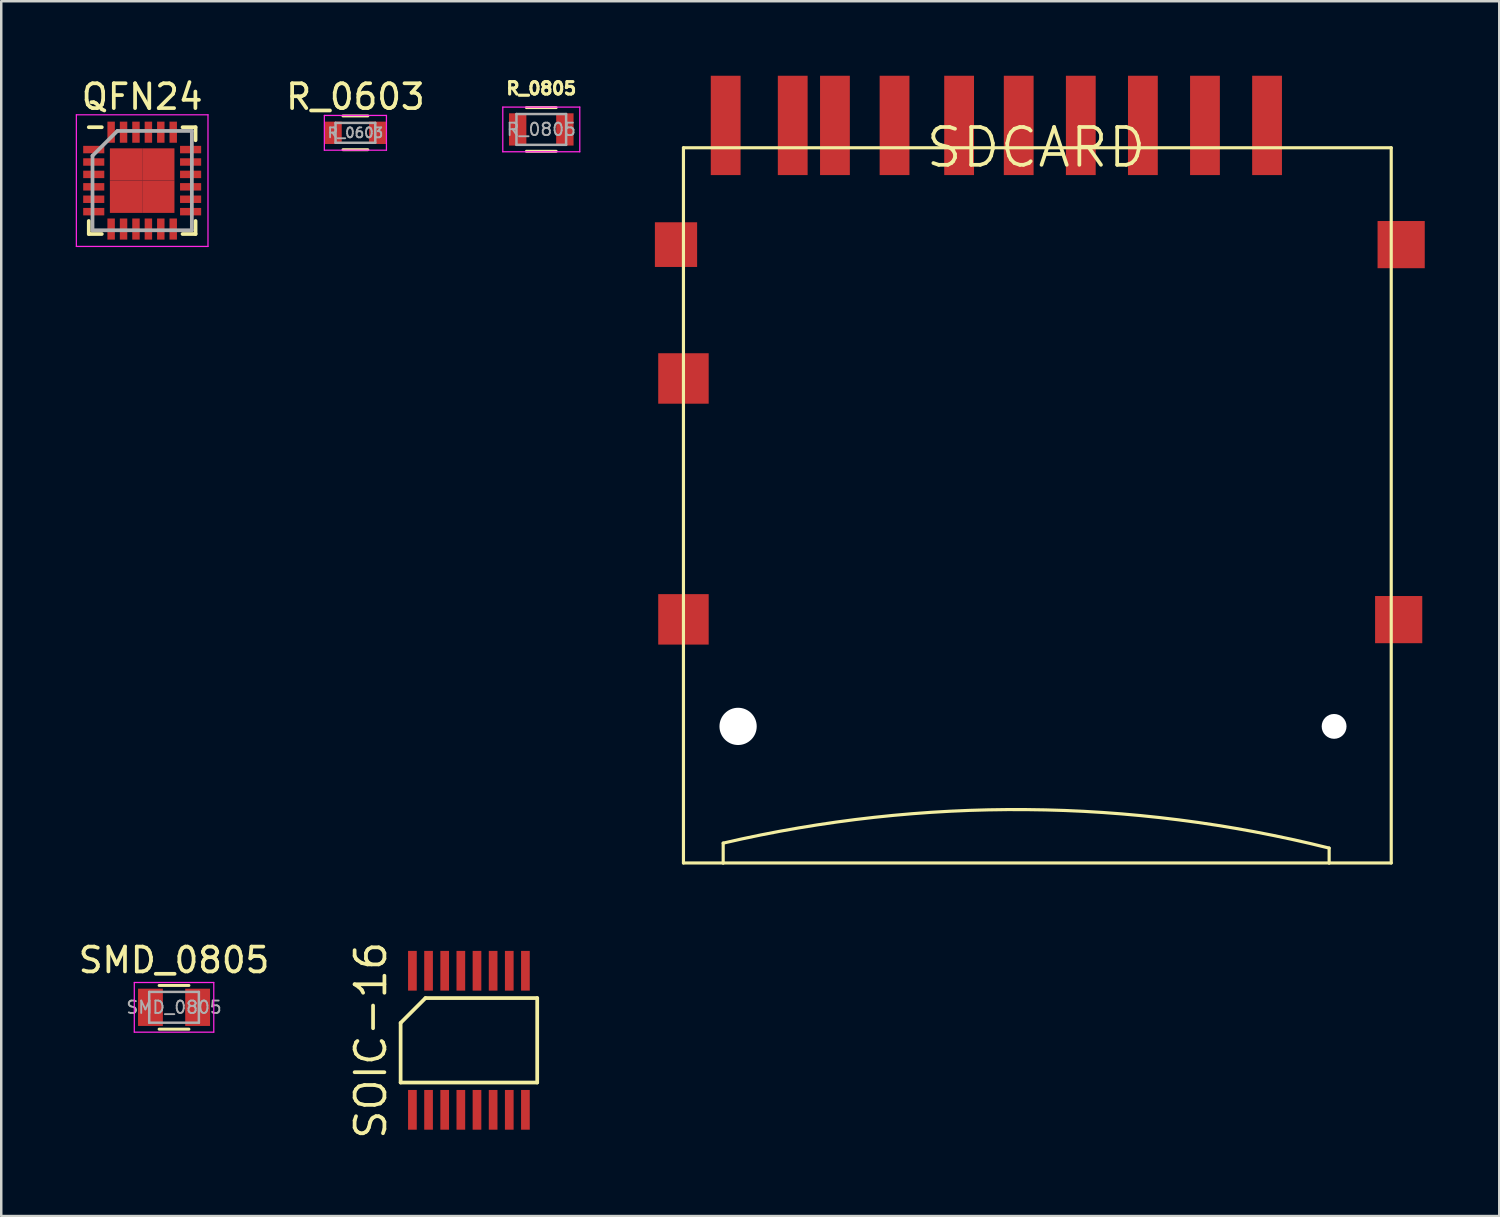
<source format=kicad_pcb>
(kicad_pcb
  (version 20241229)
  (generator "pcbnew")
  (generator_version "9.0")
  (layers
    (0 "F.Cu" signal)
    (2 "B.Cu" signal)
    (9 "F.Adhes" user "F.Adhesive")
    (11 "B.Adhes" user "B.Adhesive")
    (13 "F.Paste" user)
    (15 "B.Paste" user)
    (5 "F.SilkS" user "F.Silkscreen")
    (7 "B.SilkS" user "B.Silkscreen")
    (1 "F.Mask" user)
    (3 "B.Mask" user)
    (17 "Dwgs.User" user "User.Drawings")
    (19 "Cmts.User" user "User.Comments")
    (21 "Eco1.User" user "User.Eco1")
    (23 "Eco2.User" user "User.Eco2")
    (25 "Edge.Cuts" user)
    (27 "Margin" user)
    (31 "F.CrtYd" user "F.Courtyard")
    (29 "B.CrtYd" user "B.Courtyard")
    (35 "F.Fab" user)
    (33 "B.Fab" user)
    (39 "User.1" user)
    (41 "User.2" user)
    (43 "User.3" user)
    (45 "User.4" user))
  (footprint "QFN24"
    (layer "F.Cu")
    (at 2.675 4.223)
    (property "Reference" "QFN24" (at 0 -3.375 0) (layer "F.SilkS") (effects (font (size 1 1) (thickness 0.15))))
    (attr smd)
    (fp_line (start -2.15 -2.15) (end -1.625 -2.15) (stroke (width 0.15) (type solid)) (layer "F.SilkS"))
    (fp_line (start -2.15 2.15) (end -2.15 1.625) (stroke (width 0.15) (type solid)) (layer "F.SilkS"))
    (fp_line (start -2.15 2.15) (end -1.625 2.15) (stroke (width 0.15) (type solid)) (layer "F.SilkS"))
    (fp_line (start 2.15 -2.15) (end 1.625 -2.15) (stroke (width 0.15) (type solid)) (layer "F.SilkS"))
    (fp_line (start 2.15 -2.15) (end 2.15 -1.625) (stroke (width 0.15) (type solid)) (layer "F.SilkS"))
    (fp_line (start 2.15 2.15) (end 1.625 2.15) (stroke (width 0.15) (type solid)) (layer "F.SilkS"))
    (fp_line (start 2.15 2.15) (end 2.15 1.625) (stroke (width 0.15) (type solid)) (layer "F.SilkS"))
    (fp_line (start -2.65 -2.65) (end -2.65 2.65) (stroke (width 0.05) (type solid)) (layer "F.CrtYd"))
    (fp_line (start -2.65 -2.65) (end 2.65 -2.65) (stroke (width 0.05) (type solid)) (layer "F.CrtYd"))
    (fp_line (start -2.65 2.65) (end 2.65 2.65) (stroke (width 0.05) (type solid)) (layer "F.CrtYd"))
    (fp_line (start 2.65 -2.65) (end 2.65 2.65) (stroke (width 0.05) (type solid)) (layer "F.CrtYd"))
    (fp_line (start -2 -1) (end -1 -2) (stroke (width 0.15) (type solid)) (layer "F.Fab"))
    (fp_line (start -2 2) (end -2 -1) (stroke (width 0.15) (type solid)) (layer "F.Fab"))
    (fp_line (start -1 -2) (end 2 -2) (stroke (width 0.15) (type solid)) (layer "F.Fab"))
    (fp_line (start 2 -2) (end 2 2) (stroke (width 0.15) (type solid)) (layer "F.Fab"))
    (fp_line (start 2 2) (end -2 2) (stroke (width 0.15) (type solid)) (layer "F.Fab"))
    (pad "1" smd rect (at -1.95 -1.25) (size 0.85 0.3) (layers "F.Cu" "F.Mask" "F.Paste"))
    (pad "2" smd rect (at -1.95 -0.75) (size 0.85 0.3) (layers "F.Cu" "F.Mask" "F.Paste"))
    (pad "3" smd rect (at -1.95 -0.25) (size 0.85 0.3) (layers "F.Cu" "F.Mask" "F.Paste"))
    (pad "4" smd rect (at -1.95 0.25) (size 0.85 0.3) (layers "F.Cu" "F.Mask" "F.Paste"))
    (pad "5" smd rect (at -1.95 0.75) (size 0.85 0.3) (layers "F.Cu" "F.Mask" "F.Paste"))
    (pad "6" smd rect (at -1.95 1.25) (size 0.85 0.3) (layers "F.Cu" "F.Mask" "F.Paste"))
    (pad "7" smd rect (at -1.25 1.95 90) (size 0.85 0.3) (layers "F.Cu" "F.Mask" "F.Paste"))
    (pad "8" smd rect (at -0.75 1.95 90) (size 0.85 0.3) (layers "F.Cu" "F.Mask" "F.Paste"))
    (pad "9" smd rect (at -0.25 1.95 90) (size 0.85 0.3) (layers "F.Cu" "F.Mask" "F.Paste"))
    (pad "10" smd rect (at 0.25 1.95 90) (size 0.85 0.3) (layers "F.Cu" "F.Mask" "F.Paste"))
    (pad "11" smd rect (at 0.75 1.95 90) (size 0.85 0.3) (layers "F.Cu" "F.Mask" "F.Paste"))
    (pad "12" smd rect (at 1.25 1.95 90) (size 0.85 0.3) (layers "F.Cu" "F.Mask" "F.Paste"))
    (pad "13" smd rect (at 1.95 1.25) (size 0.85 0.3) (layers "F.Cu" "F.Mask" "F.Paste"))
    (pad "14" smd rect (at 1.95 0.75) (size 0.85 0.3) (layers "F.Cu" "F.Mask" "F.Paste"))
    (pad "15" smd rect (at 1.95 0.25) (size 0.85 0.3) (layers "F.Cu" "F.Mask" "F.Paste"))
    (pad "16" smd rect (at 1.95 -0.25) (size 0.85 0.3) (layers "F.Cu" "F.Mask" "F.Paste"))
    (pad "17" smd rect (at 1.95 -0.75) (size 0.85 0.3) (layers "F.Cu" "F.Mask" "F.Paste"))
    (pad "18" smd rect (at 1.95 -1.25) (size 0.85 0.3) (layers "F.Cu" "F.Mask" "F.Paste"))
    (pad "19" smd rect (at 1.25 -1.95 90) (size 0.85 0.3) (layers "F.Cu" "F.Mask" "F.Paste"))
    (pad "20" smd rect (at 0.75 -1.95 90) (size 0.85 0.3) (layers "F.Cu" "F.Mask" "F.Paste"))
    (pad "21" smd rect (at 0.25 -1.95 90) (size 0.85 0.3) (layers "F.Cu" "F.Mask" "F.Paste"))
    (pad "22" smd rect (at -0.25 -1.95 90) (size 0.85 0.3) (layers "F.Cu" "F.Mask" "F.Paste"))
    (pad "23" smd rect (at -0.75 -1.95 90) (size 0.85 0.3) (layers "F.Cu" "F.Mask" "F.Paste"))
    (pad "24" smd rect (at -1.25 -1.95 90) (size 0.85 0.3) (layers "F.Cu" "F.Mask" "F.Paste"))
    (pad "25" smd rect (at -0.65 -0.65) (size 1.3 1.3) (layers "F.Cu" "F.Mask" "F.Paste"))
    (pad "25" smd rect (at -0.65 0.65) (size 1.3 1.3) (layers "F.Cu" "F.Mask" "F.Paste"))
    (pad "25" smd rect (at 0.65 -0.65) (size 1.3 1.3) (layers "F.Cu" "F.Mask" "F.Paste"))
    (pad "25" smd rect (at 0.65 0.65) (size 1.3 1.3) (layers "F.Cu" "F.Mask" "F.Paste")))
  (footprint "SDCARD"
    (layer "F.Cu")
    (at 38.671 2.89)
    (property "Reference" "SDCARD" (at 0 0 0) (layer "F.SilkS") (effects (font (size 1.524 1.524) (thickness 0.15))))
    (attr through_hole)
    (fp_line (start -14.2 0.01) (end 14.3 0.01) (stroke (width 0.127) (type solid)) (layer "F.SilkS"))
    (fp_line (start -14.2 28.81) (end -14.2 0.01) (stroke (width 0.127) (type solid)) (layer "F.SilkS"))
    (fp_line (start -12.6 28.01) (end -12.6 28.81) (stroke (width 0.127) (type solid)) (layer "F.SilkS"))
    (fp_line (start -12.6 28.81) (end -14.2 28.81) (stroke (width 0.127) (type solid)) (layer "F.SilkS"))
    (fp_line (start 11.8 28.21) (end 11.8 28.81) (stroke (width 0.127) (type solid)) (layer "F.SilkS"))
    (fp_line (start 11.8 28.81) (end -12.6 28.81) (stroke (width 0.127) (type solid)) (layer "F.SilkS"))
    (fp_line (start 14.3 0.01) (end 14.3 28.81) (stroke (width 0.127) (type solid)) (layer "F.SilkS"))
    (fp_line (start 14.3 28.81) (end 11.8 28.81) (stroke (width 0.127) (type solid)) (layer "F.SilkS"))
    (fp_arc (start -12.6 28.01) (mid -0.388122 26.660859) (end 11.8 28.209999) (stroke (width 0.127) (type solid)) (layer "F.SilkS"))
    (pad "" np_thru_hole circle (at -12 23.31) (size 1.5 1.5) (drill 1.5) (layers "*.Cu"))
    (pad "" np_thru_hole circle (at 12 23.31) (size 1 1) (drill 1) (layers "*.Cu"))
    (pad "1" smd rect (at 6.8 -0.89 90) (size 4 1.2) (layers "F.Cu" "F.Mask" "F.Paste"))
    (pad "2" smd rect (at 4.3 -0.89 90) (size 4 1.2) (layers "F.Cu" "F.Mask" "F.Paste"))
    (pad "3" smd rect (at 1.8 -0.89 90) (size 4 1.2) (layers "F.Cu" "F.Mask" "F.Paste"))
    (pad "4" smd rect (at -0.7 -0.89 90) (size 4 1.2) (layers "F.Cu" "F.Mask" "F.Paste"))
    (pad "5" smd rect (at -3.1 -0.89 90) (size 4 1.2) (layers "F.Cu" "F.Mask" "F.Paste"))
    (pad "6" smd rect (at -5.7 -0.89 90) (size 4 1.2) (layers "F.Cu" "F.Mask" "F.Paste"))
    (pad "7" smd rect (at -8.1 -0.89 90) (size 4 1.2) (layers "F.Cu" "F.Mask" "F.Paste"))
    (pad "8" smd rect (at -9.8 -0.89 90) (size 4 1.2) (layers "F.Cu" "F.Mask" "F.Paste"))
    (pad "9" smd rect (at 9.3 -0.89 90) (size 4 1.2) (layers "F.Cu" "F.Mask" "F.Paste"))
    (pad "CD" smd rect (at -12.5 -0.89 90) (size 4 1.2) (layers "F.Cu" "F.Mask" "F.Paste"))
    (pad "COM" smd rect (at -14.2 9.3) (size 2.032 2.032) (layers "F.Cu" "F.Mask" "F.Paste"))
    (pad "MT1" smd rect (at -14.5 3.91) (size 1.7 1.8) (layers "F.Cu" "F.Mask" "F.Paste"))
    (pad "MT2" smd rect (at 14.7 3.91) (size 1.9 1.9) (layers "F.Cu" "F.Mask" "F.Paste"))
    (pad "MT3" smd rect (at 14.6 19.01) (size 1.9 1.9) (layers "F.Cu" "F.Mask" "F.Paste"))
    (pad "WP" smd rect (at -14.2 19) (size 2.032 2.032) (layers "F.Cu" "F.Mask" "F.Paste")))
  (footprint "SMD_0805"
    (placed yes)
    (layer "F.Cu")
    (at 3.958 37.512)
    (property "Reference" "SMD_0805" (at 0 -1.9 0) (layer "F.SilkS") (effects (font (size 1 1) (thickness 0.15))))
    (attr smd)
    (fp_line (start -0.6 -0.88) (end 0.6 -0.88) (stroke (width 0.12) (type solid)) (layer "F.SilkS"))
    (fp_line (start 0.6 0.88) (end -0.6 0.88) (stroke (width 0.12) (type solid)) (layer "F.SilkS"))
    (fp_line (start -1.6 -1) (end -1.6 1) (stroke (width 0.05) (type solid)) (layer "F.CrtYd"))
    (fp_line (start -1.6 -1) (end 1.6 -1) (stroke (width 0.05) (type solid)) (layer "F.CrtYd"))
    (fp_line (start 1.6 1) (end -1.6 1) (stroke (width 0.05) (type solid)) (layer "F.CrtYd"))
    (fp_line (start 1.6 1) (end 1.6 -1) (stroke (width 0.05) (type solid)) (layer "F.CrtYd"))
    (fp_line (start -1 -0.62) (end 1 -0.62) (stroke (width 0.1) (type solid)) (layer "F.Fab"))
    (fp_line (start -1 0.62) (end -1 -0.62) (stroke (width 0.1) (type solid)) (layer "F.Fab"))
    (fp_line (start 1 -0.62) (end 1 0.62) (stroke (width 0.1) (type solid)) (layer "F.Fab"))
    (fp_line (start 1 0.62) (end -1 0.62) (stroke (width 0.1) (type solid)) (layer "F.Fab"))
    (fp_text user "${REFERENCE}" (at 0 0 0) (layer "F.Fab") (effects (font (size 0.5 0.5) (thickness 0.075))))
    (pad "1" smd rect (at -0.95 0) (size 1 1.5) (layers "F.Cu" "F.Mask"))
    (pad "2" smd rect (at 0.95 0) (size 1 1.5) (layers "F.Cu" "F.Mask")))
  (footprint "R_0805"
    (layer "F.Cu")
    (at 18.746 2.162)
    (property "Reference" "R_0805" (at 0 -1.65 0) (layer "F.SilkS") (effects (font (size 0.5 0.5) (thickness 0.125))))
    (attr smd)
    (fp_line (start -0.6 -0.88) (end 0.6 -0.88) (stroke (width 0.12) (type solid)) (layer "F.SilkS"))
    (fp_line (start 0.6 0.88) (end -0.6 0.88) (stroke (width 0.12) (type solid)) (layer "F.SilkS"))
    (fp_line (start -1.55 -0.9) (end -1.55 0.9) (stroke (width 0.05) (type solid)) (layer "F.CrtYd"))
    (fp_line (start -1.55 -0.9) (end 1.55 -0.9) (stroke (width 0.05) (type solid)) (layer "F.CrtYd"))
    (fp_line (start 1.55 0.9) (end -1.55 0.9) (stroke (width 0.05) (type solid)) (layer "F.CrtYd"))
    (fp_line (start 1.55 0.9) (end 1.55 -0.9) (stroke (width 0.05) (type solid)) (layer "F.CrtYd"))
    (fp_line (start -1 -0.62) (end 1 -0.62) (stroke (width 0.1) (type solid)) (layer "F.Fab"))
    (fp_line (start -1 0.62) (end -1 -0.62) (stroke (width 0.1) (type solid)) (layer "F.Fab"))
    (fp_line (start 1 -0.62) (end 1 0.62) (stroke (width 0.1) (type solid)) (layer "F.Fab"))
    (fp_line (start 1 0.62) (end -1 0.62) (stroke (width 0.1) (type solid)) (layer "F.Fab"))
    (fp_text user "${REFERENCE}" (at 0 0 0) (layer "F.Fab") (effects (font (size 0.5 0.5) (thickness 0.075))))
    (pad "1" smd rect (at -0.95 0) (size 0.7 1.3) (layers "F.Cu" "F.Mask"))
    (pad "2" smd rect (at 0.95 0) (size 0.7 1.3) (layers "F.Cu" "F.Mask")))
  (footprint "R_0603"
    (layer "F.Cu")
    (at 11.261 2.298)
    (property "Reference" "R_0603" (at 0 -1.45 0) (layer "F.SilkS") (effects (font (size 1 1) (thickness 0.15))))
    (attr smd)
    (fp_line (start -0.5 -0.68) (end 0.5 -0.68) (stroke (width 0.12) (type solid)) (layer "F.SilkS"))
    (fp_line (start 0.5 0.68) (end -0.5 0.68) (stroke (width 0.12) (type solid)) (layer "F.SilkS"))
    (fp_line (start -1.25 -0.7) (end -1.25 0.7) (stroke (width 0.05) (type solid)) (layer "F.CrtYd"))
    (fp_line (start -1.25 -0.7) (end 1.25 -0.7) (stroke (width 0.05) (type solid)) (layer "F.CrtYd"))
    (fp_line (start 1.25 0.7) (end -1.25 0.7) (stroke (width 0.05) (type solid)) (layer "F.CrtYd"))
    (fp_line (start 1.25 0.7) (end 1.25 -0.7) (stroke (width 0.05) (type solid)) (layer "F.CrtYd"))
    (fp_line (start -0.8 -0.4) (end 0.8 -0.4) (stroke (width 0.1) (type solid)) (layer "F.Fab"))
    (fp_line (start -0.8 0.4) (end -0.8 -0.4) (stroke (width 0.1) (type solid)) (layer "F.Fab"))
    (fp_line (start 0.8 -0.4) (end 0.8 0.4) (stroke (width 0.1) (type solid)) (layer "F.Fab"))
    (fp_line (start 0.8 0.4) (end -0.8 0.4) (stroke (width 0.1) (type solid)) (layer "F.Fab"))
    (fp_text user "${REFERENCE}" (at 0 0 0) (layer "F.Fab") (effects (font (size 0.4 0.4) (thickness 0.075))))
    (pad "1" smd rect (at -0.9 0) (size 0.7 0.9) (layers "F.Cu" "F.Mask" "F.Paste"))
    (pad "2" smd rect (at 0.9 0) (size 0.7 0.9) (layers "F.Cu" "F.Mask" "F.Paste")))
  (footprint "SOIC-16"
    (layer "F.Cu")
    (at 15.832 38.84)
    (property "Reference" "SOIC-16" (at -3.95 0 90) (layer "F.SilkS") (effects (font (size 1.2 1.2) (thickness 0.15))))
    (attr through_hole)
    (fp_line (start -2.75 -0.7) (end -2.75 1.7) (stroke (width 0.15) (type solid)) (layer "F.SilkS"))
    (fp_line (start -2.75 1.7) (end 2.75 1.7) (stroke (width 0.15) (type solid)) (layer "F.SilkS"))
    (fp_line (start -1.75 -1.7) (end -2.75 -0.7) (stroke (width 0.15) (type solid)) (layer "F.SilkS"))
    (fp_line (start 2.75 -1.7) (end -1.75 -1.7) (stroke (width 0.15) (type solid)) (layer "F.SilkS"))
    (fp_line (start 2.75 1.7) (end 2.75 -1.7) (stroke (width 0.15) (type solid)) (layer "F.SilkS"))
    (pad "1" smd rect (at -2.275 2.8) (size 0.35 1.6) (layers "F.Cu" "F.Mask" "F.Paste"))
    (pad "2" smd rect (at -1.625 2.8) (size 0.35 1.6) (layers "F.Cu" "F.Mask" "F.Paste"))
    (pad "3" smd rect (at -0.975 2.8) (size 0.35 1.6) (layers "F.Cu" "F.Mask" "F.Paste"))
    (pad "4" smd rect (at -0.325 2.8) (size 0.35 1.6) (layers "F.Cu" "F.Mask" "F.Paste"))
    (pad "5" smd rect (at 0.325 2.8) (size 0.35 1.6) (layers "F.Cu" "F.Mask" "F.Paste"))
    (pad "6" smd rect (at 0.975 2.8) (size 0.35 1.6) (layers "F.Cu" "F.Mask" "F.Paste"))
    (pad "7" smd rect (at 1.625 2.8) (size 0.35 1.6) (layers "F.Cu" "F.Mask" "F.Paste"))
    (pad "8" smd rect (at 2.275 2.8) (size 0.35 1.6) (layers "F.Cu" "F.Mask" "F.Paste"))
    (pad "9" smd rect (at 2.275 -2.8) (size 0.35 1.6) (layers "F.Cu" "F.Mask" "F.Paste"))
    (pad "10" smd rect (at 1.625 -2.8) (size 0.35 1.6) (layers "F.Cu" "F.Mask" "F.Paste"))
    (pad "11" smd rect (at 0.975 -2.8) (size 0.35 1.6) (layers "F.Cu" "F.Mask" "F.Paste"))
    (pad "12" smd rect (at 0.325 -2.8) (size 0.35 1.6) (layers "F.Cu" "F.Mask" "F.Paste"))
    (pad "13" smd rect (at -0.325 -2.8) (size 0.35 1.6) (layers "F.Cu" "F.Mask" "F.Paste"))
    (pad "14" smd rect (at -0.975 -2.8) (size 0.35 1.6) (layers "F.Cu" "F.Mask" "F.Paste"))
    (pad "15" smd rect (at -1.625 -2.8) (size 0.35 1.6) (layers "F.Cu" "F.Mask" "F.Paste"))
    (pad "16" smd rect (at -2.275 -2.8) (size 0.35 1.6) (layers "F.Cu" "F.Mask" "F.Paste")))
  (gr_rect
    (start -3 -3)
    (end 57.321 45.916)
    (stroke (width 0.1) (type default))
    (fill no)
    (layer "Edge.Cuts")))
</source>
